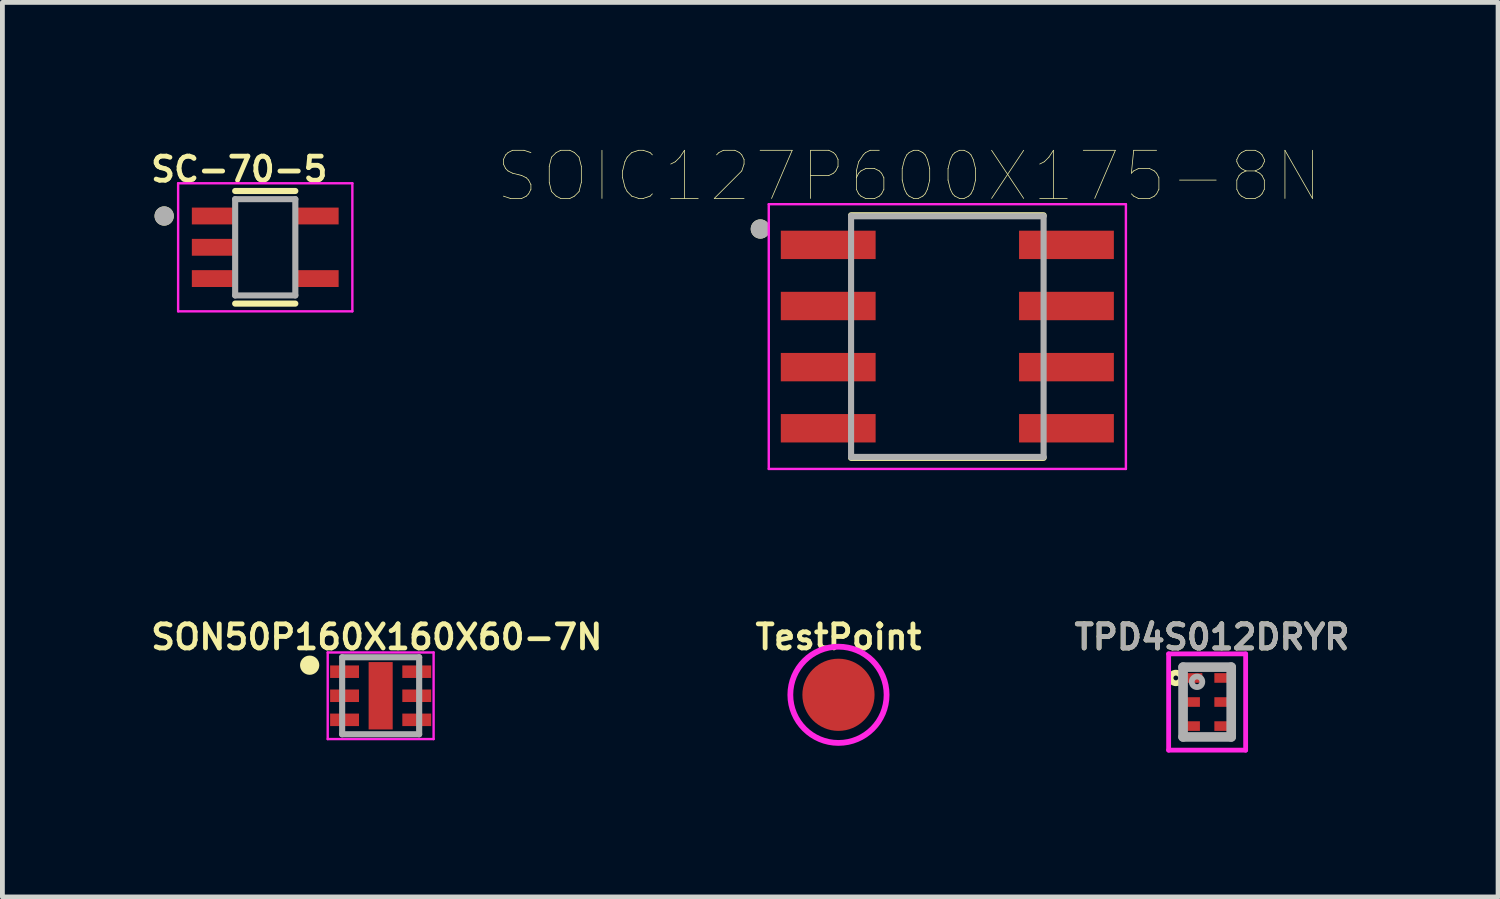
<source format=kicad_pcb>
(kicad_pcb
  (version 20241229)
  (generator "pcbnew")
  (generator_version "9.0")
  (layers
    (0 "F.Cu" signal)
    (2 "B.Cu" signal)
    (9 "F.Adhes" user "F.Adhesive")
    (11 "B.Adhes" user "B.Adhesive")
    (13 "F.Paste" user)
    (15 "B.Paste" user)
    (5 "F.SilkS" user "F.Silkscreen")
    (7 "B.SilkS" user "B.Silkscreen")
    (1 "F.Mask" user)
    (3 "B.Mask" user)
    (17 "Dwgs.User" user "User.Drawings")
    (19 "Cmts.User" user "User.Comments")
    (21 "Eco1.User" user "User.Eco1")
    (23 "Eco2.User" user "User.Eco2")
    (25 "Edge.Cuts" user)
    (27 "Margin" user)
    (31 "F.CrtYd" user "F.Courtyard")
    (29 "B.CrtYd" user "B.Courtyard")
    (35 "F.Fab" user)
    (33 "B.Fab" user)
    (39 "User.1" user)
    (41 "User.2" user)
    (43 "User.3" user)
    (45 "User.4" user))
  (footprint "SOIC127P600X175-8N"
    (layer "F.Cu")
    (at 16.633 3.943)
    (property "Reference" "SOIC127P600X175-8N" (at -0.795 -3.332 0) (layer "F.SilkS") (effects (font (size 1 1) (thickness 0.015))))
    (attr through_hole)
    (fp_line (start -2 -2.52) (end 2 -2.52) (stroke (width 0.127) (type solid)) (layer "F.SilkS"))
    (fp_line (start -2 2.52) (end 2 2.52) (stroke (width 0.127) (type solid)) (layer "F.SilkS"))
    (fp_circle (center -3.885 -2.235) (end -3.785 -2.235) (stroke (width 0.2) (type solid)) (fill no) (layer "F.SilkS"))
    (fp_line (start -3.71 -2.75) (end -3.71 2.75) (stroke (width 0.05) (type solid)) (layer "F.CrtYd"))
    (fp_line (start -3.71 -2.75) (end 3.71 -2.75) (stroke (width 0.05) (type solid)) (layer "F.CrtYd"))
    (fp_line (start -3.71 2.75) (end 3.71 2.75) (stroke (width 0.05) (type solid)) (layer "F.CrtYd"))
    (fp_line (start 3.71 -2.75) (end 3.71 2.75) (stroke (width 0.05) (type solid)) (layer "F.CrtYd"))
    (fp_line (start -2 -2.5) (end -2 2.5) (stroke (width 0.127) (type solid)) (layer "F.Fab"))
    (fp_line (start -2 -2.5) (end 2 -2.5) (stroke (width 0.127) (type solid)) (layer "F.Fab"))
    (fp_line (start -2 2.5) (end 2 2.5) (stroke (width 0.127) (type solid)) (layer "F.Fab"))
    (fp_line (start 2 -2.5) (end 2 2.5) (stroke (width 0.127) (type solid)) (layer "F.Fab"))
    (fp_circle (center -3.885 -2.235) (end -3.785 -2.235) (stroke (width 0.2) (type solid)) (fill no) (layer "F.Fab"))
    (pad "1" smd rect (at -2.475 -1.905) (size 1.97 0.59) (layers "F.Cu" "F.Mask" "F.Paste"))
    (pad "2" smd rect (at -2.475 -0.635) (size 1.97 0.59) (layers "F.Cu" "F.Mask" "F.Paste"))
    (pad "3" smd rect (at -2.475 0.635) (size 1.97 0.59) (layers "F.Cu" "F.Mask" "F.Paste"))
    (pad "4" smd rect (at -2.475 1.905) (size 1.97 0.59) (layers "F.Cu" "F.Mask" "F.Paste"))
    (pad "5" smd rect (at 2.475 1.905) (size 1.97 0.59) (layers "F.Cu" "F.Mask" "F.Paste"))
    (pad "6" smd rect (at 2.475 0.635) (size 1.97 0.59) (layers "F.Cu" "F.Mask" "F.Paste"))
    (pad "7" smd rect (at 2.475 -0.635) (size 1.97 0.59) (layers "F.Cu" "F.Mask" "F.Paste"))
    (pad "8" smd rect (at 2.475 -1.905) (size 1.97 0.59) (layers "F.Cu" "F.Mask" "F.Paste")))
  (footprint "TPD4S012DRYR"
    (layer "F.Cu")
    (at 22.031 11.536)
    (property "Reference" "TPD4S012DRYR" (at 0.1 -1.35 0) (layer "F.SilkS") (effects (font (size 0.5 0.5) (thickness 0.1))))
    (attr smd)
    (fp_circle (center -0.65 -0.5) (end -0.65 -0.45) (stroke (width 0.12) (type solid)) (fill no) (layer "F.SilkS"))
    (fp_line (start -0.8 -1) (end 0.8 -1) (stroke (width 0.1) (type solid)) (layer "F.CrtYd"))
    (fp_line (start -0.8 1) (end -0.8 -1) (stroke (width 0.1) (type solid)) (layer "F.CrtYd"))
    (fp_line (start 0.8 -1) (end 0.8 1) (stroke (width 0.1) (type solid)) (layer "F.CrtYd"))
    (fp_line (start 0.8 1) (end -0.8 1) (stroke (width 0.1) (type solid)) (layer "F.CrtYd"))
    (fp_line (start -0.5 -0.725) (end -0.5 0.725) (stroke (width 0.2) (type solid)) (layer "F.Fab"))
    (fp_line (start -0.5 0.725) (end 0.5 0.725) (stroke (width 0.2) (type solid)) (layer "F.Fab"))
    (fp_line (start 0.5 -0.725) (end -0.5 -0.725) (stroke (width 0.2) (type solid)) (layer "F.Fab"))
    (fp_line (start 0.5 0.725) (end 0.5 -0.725) (stroke (width 0.2) (type solid)) (layer "F.Fab"))
    (fp_circle (center -0.21 -0.42) (end -0.16 -0.42) (stroke (width 0.12) (type solid)) (fill no) (layer "F.Fab"))
    (fp_text user "${REFERENCE}" (at 0.1 -1.35 0) (layer "F.Fab") (effects (font (size 0.5 0.5) (thickness 0.1))))
    (pad "1" smd rect (at -0.275 -0.5 90) (size 0.2 0.35) (layers "F.Cu" "F.Mask" "F.Paste"))
    (pad "2" smd rect (at -0.3 0 90) (size 0.2 0.3) (layers "F.Cu" "F.Mask" "F.Paste"))
    (pad "3" smd rect (at -0.3 0.5 90) (size 0.2 0.3) (layers "F.Cu" "F.Mask" "F.Paste"))
    (pad "4" smd rect (at 0.3 0.5 90) (size 0.2 0.3) (layers "F.Cu" "F.Mask" "F.Paste"))
    (pad "5" smd rect (at 0.3 0 90) (size 0.2 0.3) (layers "F.Cu" "F.Mask" "F.Paste"))
    (pad "6" smd rect (at 0.3 -0.5 90) (size 0.2 0.3) (layers "F.Cu" "F.Mask" "F.Paste")))
  (footprint "SC-70-5"
    (layer "F.Cu")
    (at 2.461 2.088)
    (property "Reference" "SC-70-5" (at -0.54 -1.62 0) (layer "F.SilkS") (effects (font (size 0.5 0.5) (thickness 0.1))))
    (attr through_hole)
    (fp_line (start -0.625 -1.17) (end 0.625 -1.17) (stroke (width 0.127) (type solid)) (layer "F.SilkS"))
    (fp_line (start 0.625 1.17) (end -0.625 1.17) (stroke (width 0.127) (type solid)) (layer "F.SilkS"))
    (fp_circle (center -2.1 -0.65) (end -2 -0.65) (stroke (width 0.2) (type solid)) (fill no) (layer "F.SilkS"))
    (fp_line (start -1.81 -1.33) (end 1.81 -1.33) (stroke (width 0.05) (type solid)) (layer "F.CrtYd"))
    (fp_line (start -1.81 1.33) (end -1.81 -1.33) (stroke (width 0.05) (type solid)) (layer "F.CrtYd"))
    (fp_line (start 1.81 -1.33) (end 1.81 1.33) (stroke (width 0.05) (type solid)) (layer "F.CrtYd"))
    (fp_line (start 1.81 1.33) (end -1.81 1.33) (stroke (width 0.05) (type solid)) (layer "F.CrtYd"))
    (fp_line (start -0.625 -1) (end 0.625 -1) (stroke (width 0.127) (type solid)) (layer "F.Fab"))
    (fp_line (start -0.625 1) (end -0.625 -1) (stroke (width 0.127) (type solid)) (layer "F.Fab"))
    (fp_line (start 0.625 -1) (end 0.625 1) (stroke (width 0.127) (type solid)) (layer "F.Fab"))
    (fp_line (start 0.625 1) (end -0.625 1) (stroke (width 0.127) (type solid)) (layer "F.Fab"))
    (fp_circle (center -2.1 -0.65) (end -2 -0.65) (stroke (width 0.2) (type solid)) (fill no) (layer "F.Fab"))
    (pad "1" smd rect (at -1.1 -0.65) (size 0.85 0.35) (layers "F.Cu" "F.Mask" "F.Paste"))
    (pad "2" smd rect (at -1.1 0) (size 0.85 0.35) (layers "F.Cu" "F.Mask" "F.Paste"))
    (pad "3" smd rect (at -1.1 0.65) (size 0.85 0.35) (layers "F.Cu" "F.Mask" "F.Paste"))
    (pad "4" smd rect (at 1.1 0.65) (size 0.85 0.35) (layers "F.Cu" "F.Mask" "F.Paste"))
    (pad "5" smd rect (at 1.1 -0.65) (size 0.85 0.35) (layers "F.Cu" "F.Mask" "F.Paste")))
  (footprint "SON50P160X160X60-7N"
    (layer "F.Cu")
    (at 4.859 11.406)
    (property "Reference" "SON50P160X160X60-7N" (at -0.08 -1.22 0) (layer "F.SilkS") (effects (font (size 0.5 0.5) (thickness 0.1))))
    (attr through_hole)
    (fp_circle (center -1.475 -0.635) (end -1.375 -0.635) (stroke (width 0.2) (type solid)) (fill no) (layer "F.SilkS"))
    (fp_poly (pts (xy -0.151 0.035) (xy 0.15 0.035) (xy 0.15 0.567) (xy -0.151 0.567)) (stroke (width 0.01) (type solid)) (fill yes) (layer "F.Paste"))
    (fp_poly (pts (xy -0.15 -0.565) (xy 0.15 -0.565) (xy 0.15 -0.035) (xy -0.15 -0.035)) (stroke (width 0.01) (type solid)) (fill yes) (layer "F.Paste"))
    (fp_line (start -1.1 0.9) (end -1.1 -0.9) (stroke (width 0.05) (type solid)) (layer "F.CrtYd"))
    (fp_line (start 1.1 -0.9) (end -1.1 -0.9) (stroke (width 0.05) (type solid)) (layer "F.CrtYd"))
    (fp_line (start 1.1 -0.9) (end 1.1 0.9) (stroke (width 0.05) (type solid)) (layer "F.CrtYd"))
    (fp_line (start 1.1 0.9) (end -1.1 0.9) (stroke (width 0.05) (type solid)) (layer "F.CrtYd"))
    (fp_line (start -0.8 -0.8) (end 0.8 -0.8) (stroke (width 0.127) (type solid)) (layer "F.Fab"))
    (fp_line (start -0.8 0.8) (end -0.8 -0.8) (stroke (width 0.127) (type solid)) (layer "F.Fab"))
    (fp_line (start 0.8 -0.8) (end 0.8 0.8) (stroke (width 0.127) (type solid)) (layer "F.Fab"))
    (fp_line (start 0.8 0.8) (end -0.8 0.8) (stroke (width 0.127) (type solid)) (layer "F.Fab"))
    (pad "1" smd rect (at -0.75 -0.5) (size 0.6 0.26) (layers "F.Cu" "F.Mask" "F.Paste"))
    (pad "2" smd rect (at -0.75 0) (size 0.6 0.26) (layers "F.Cu" "F.Mask" "F.Paste"))
    (pad "3" smd rect (at -0.75 0.5) (size 0.6 0.26) (layers "F.Cu" "F.Mask" "F.Paste"))
    (pad "4" smd rect (at 0.75 0.5) (size 0.6 0.26) (layers "F.Cu" "F.Mask" "F.Paste"))
    (pad "5" smd rect (at 0.75 0) (size 0.6 0.26) (layers "F.Cu" "F.Mask" "F.Paste"))
    (pad "6" smd rect (at 0.75 -0.5) (size 0.6 0.26) (layers "F.Cu" "F.Mask" "F.Paste"))
    (pad "7" smd rect (at 0 0) (size 0.5 1.4) (layers "F.Cu" "F.Mask")))
  (footprint "TestPoint"
    (layer "F.Cu")
    (at 14.371 11.386)
    (property "Reference" "TestPoint" (at 0 -1.2 0) (layer "F.SilkS") (effects (font (size 0.5 0.5) (thickness 0.1))))
    (attr through_hole)
    (fp_circle (center 0 0) (end 1 0) (stroke (width 0.12) (type solid)) (fill no) (layer "F.CrtYd"))
    (pad "1" smd circle (at 0 0) (size 1.5 1.5) (layers "F.Cu" "F.Mask" "F.Paste")))
  (gr_rect
    (start -3 -3)
    (end 28.076 15.586)
    (stroke (width 0.1) (type default))
    (fill no)
    (layer "Edge.Cuts")))
</source>
